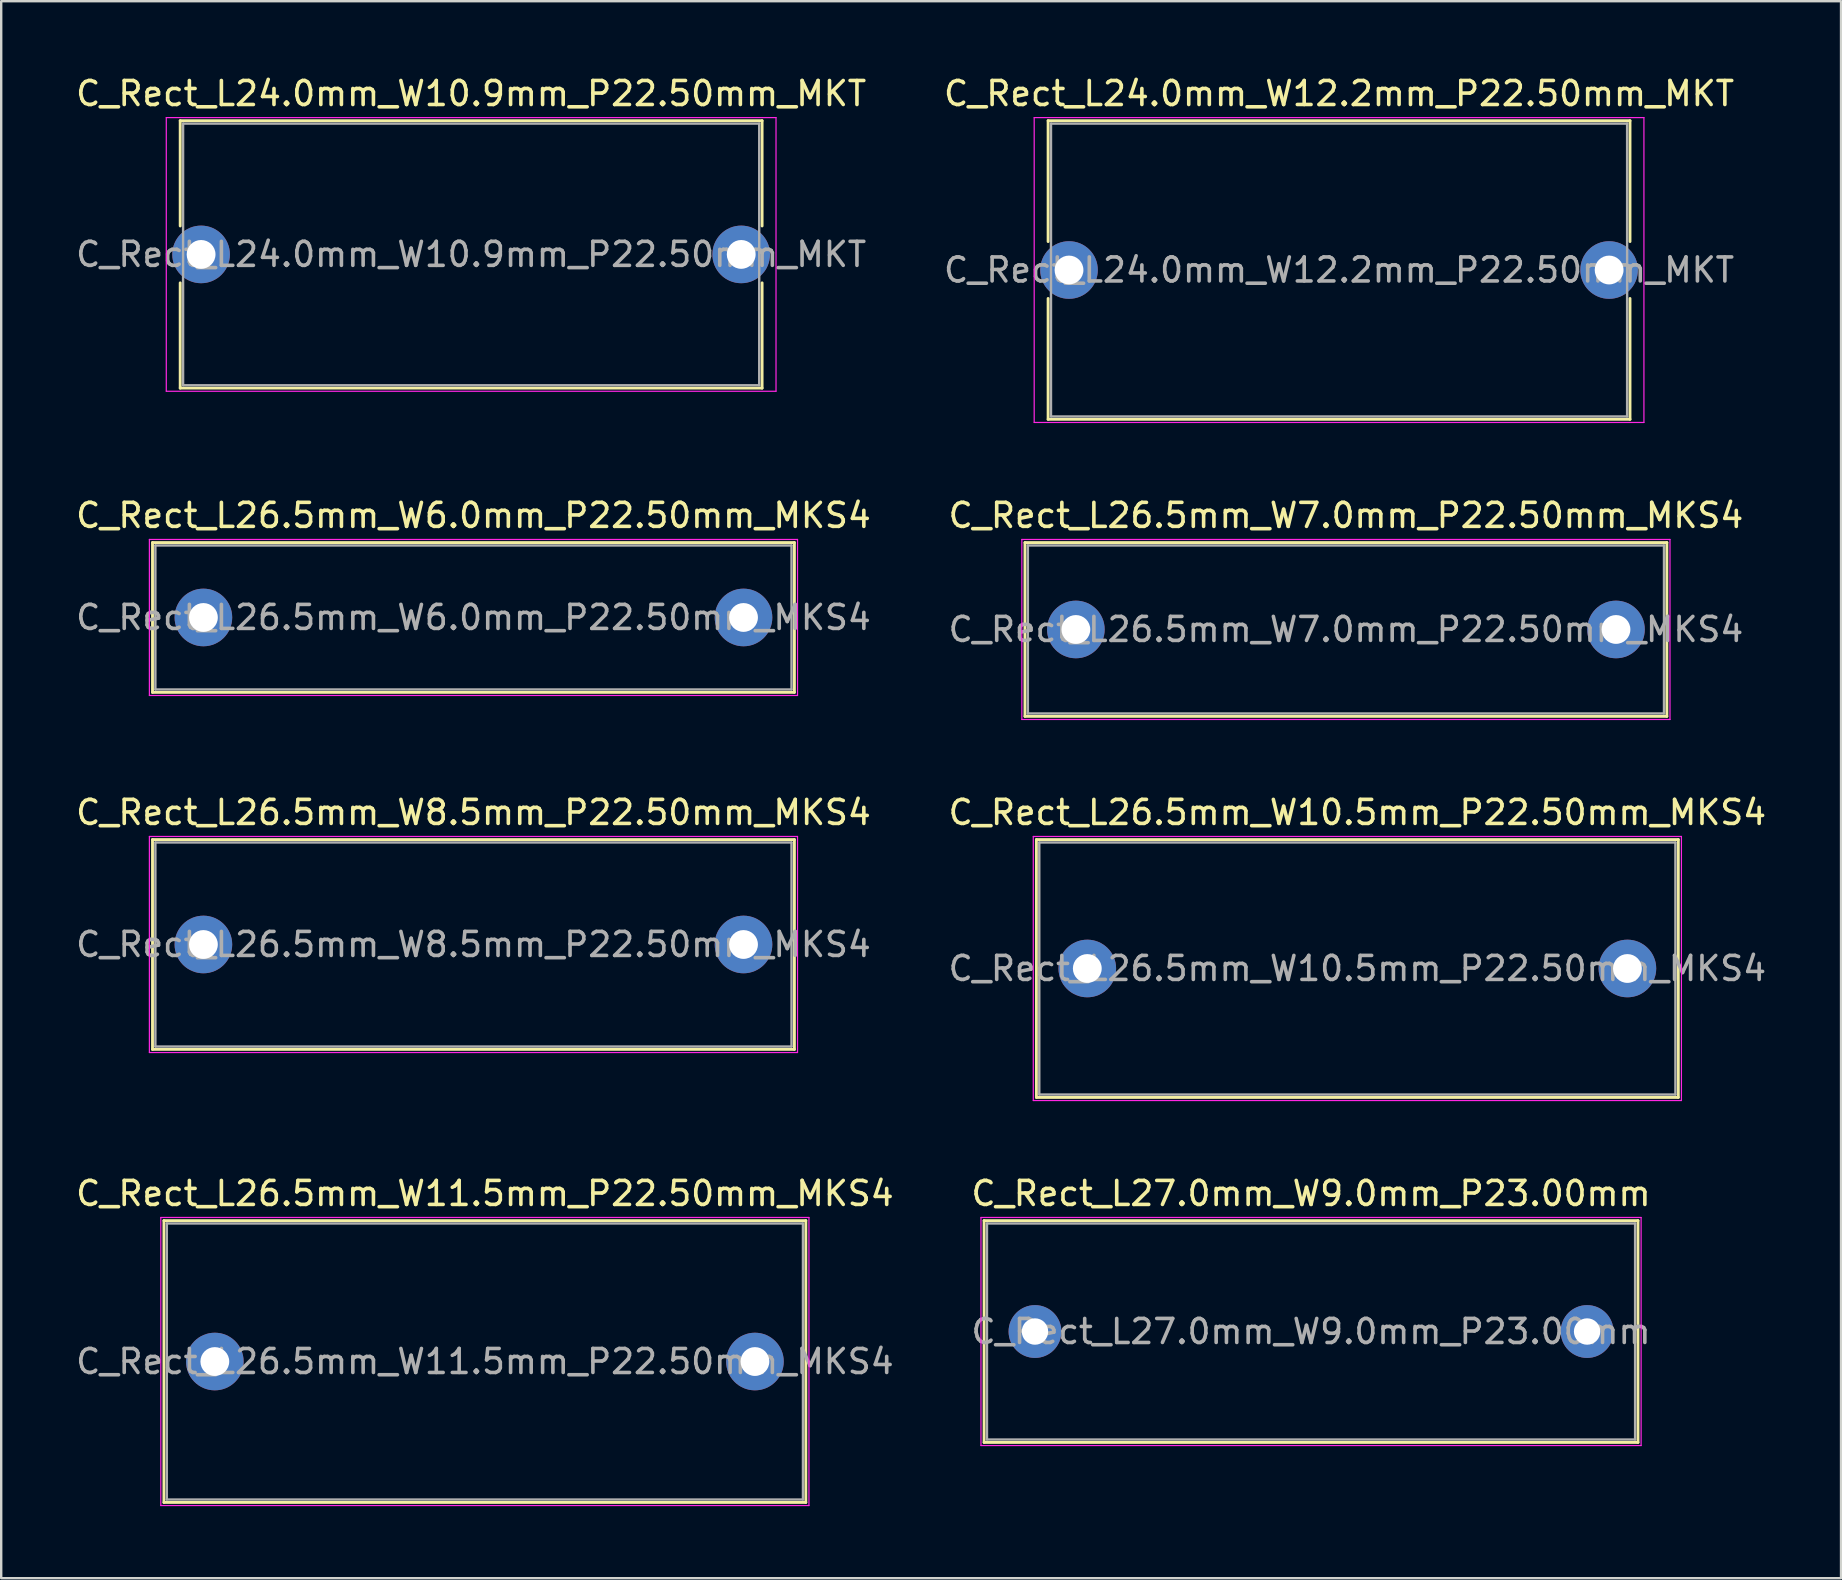
<source format=kicad_pcb>
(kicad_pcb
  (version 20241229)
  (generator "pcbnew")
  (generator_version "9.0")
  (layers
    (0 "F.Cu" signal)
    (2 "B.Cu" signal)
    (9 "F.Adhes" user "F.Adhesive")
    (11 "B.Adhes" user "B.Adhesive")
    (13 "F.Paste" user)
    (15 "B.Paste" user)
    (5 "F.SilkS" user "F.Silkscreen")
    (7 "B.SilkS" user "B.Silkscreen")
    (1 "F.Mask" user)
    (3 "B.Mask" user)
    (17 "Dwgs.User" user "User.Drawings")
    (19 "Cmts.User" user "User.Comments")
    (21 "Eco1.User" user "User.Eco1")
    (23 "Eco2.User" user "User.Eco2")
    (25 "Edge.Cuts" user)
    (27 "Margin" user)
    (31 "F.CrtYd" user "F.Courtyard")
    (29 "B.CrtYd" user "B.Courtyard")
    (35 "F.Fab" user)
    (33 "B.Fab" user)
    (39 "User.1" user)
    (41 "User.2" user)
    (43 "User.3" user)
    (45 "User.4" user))
  (footprint "C_Rect_L24.0mm_W12.2mm_P22.50mm_MKT"
    (layer "F.Cu")
    (at 41.482 8.198)
    (property "Reference" "C_Rect_L24.0mm_W12.2mm_P22.50mm_MKT" (at 11.25 -7.35 0) (layer "F.SilkS") (effects (font (size 1 1) (thickness 0.15))))
    (attr through_hole)
    (fp_line (start -0.87 -6.22) (end -0.87 -1.185) (stroke (width 0.12) (type solid)) (layer "F.SilkS"))
    (fp_line (start -0.87 -6.22) (end 23.37 -6.22) (stroke (width 0.12) (type solid)) (layer "F.SilkS"))
    (fp_line (start -0.87 1.185) (end -0.87 6.22) (stroke (width 0.12) (type solid)) (layer "F.SilkS"))
    (fp_line (start -0.87 6.22) (end 23.37 6.22) (stroke (width 0.12) (type solid)) (layer "F.SilkS"))
    (fp_line (start 23.37 -6.22) (end 23.37 -1.185) (stroke (width 0.12) (type solid)) (layer "F.SilkS"))
    (fp_line (start 23.37 1.185) (end 23.37 6.22) (stroke (width 0.12) (type solid)) (layer "F.SilkS"))
    (fp_line (start -1.45 -6.35) (end -1.45 6.35) (stroke (width 0.05) (type solid)) (layer "F.CrtYd"))
    (fp_line (start -1.45 6.35) (end 23.95 6.35) (stroke (width 0.05) (type solid)) (layer "F.CrtYd"))
    (fp_line (start 23.95 -6.35) (end -1.45 -6.35) (stroke (width 0.05) (type solid)) (layer "F.CrtYd"))
    (fp_line (start 23.95 6.35) (end 23.95 -6.35) (stroke (width 0.05) (type solid)) (layer "F.CrtYd"))
    (fp_line (start -0.75 -6.1) (end -0.75 6.1) (stroke (width 0.1) (type solid)) (layer "F.Fab"))
    (fp_line (start -0.75 6.1) (end 23.25 6.1) (stroke (width 0.1) (type solid)) (layer "F.Fab"))
    (fp_line (start 23.25 -6.1) (end -0.75 -6.1) (stroke (width 0.1) (type solid)) (layer "F.Fab"))
    (fp_line (start 23.25 6.1) (end 23.25 -6.1) (stroke (width 0.1) (type solid)) (layer "F.Fab"))
    (fp_text user "${REFERENCE}" (at 11.25 0 0) (layer "F.Fab") (effects (font (size 1 1) (thickness 0.15))))
    (pad "1" thru_hole circle (at 0 0) (size 2.4 2.4) (drill 1.2) (layers "*.Cu" "*.Mask"))
    (pad "2" thru_hole circle (at 22.5 0) (size 2.4 2.4) (drill 1.2) (layers "*.Cu" "*.Mask")))
  (footprint "C_Rect_L26.5mm_W11.5mm_P22.50mm_MKS4"
    (layer "F.Cu")
    (at 5.899 53.668)
    (property "Reference" "C_Rect_L26.5mm_W11.5mm_P22.50mm_MKS4" (at 11.25 -7 0) (layer "F.SilkS") (effects (font (size 1 1) (thickness 0.15))))
    (attr through_hole)
    (fp_line (start -2.12 -5.87) (end -2.12 5.87) (stroke (width 0.12) (type solid)) (layer "F.SilkS"))
    (fp_line (start -2.12 -5.87) (end 24.62 -5.87) (stroke (width 0.12) (type solid)) (layer "F.SilkS"))
    (fp_line (start -2.12 5.87) (end 24.62 5.87) (stroke (width 0.12) (type solid)) (layer "F.SilkS"))
    (fp_line (start 24.62 -5.87) (end 24.62 5.87) (stroke (width 0.12) (type solid)) (layer "F.SilkS"))
    (fp_line (start -2.25 -6) (end -2.25 6) (stroke (width 0.05) (type solid)) (layer "F.CrtYd"))
    (fp_line (start -2.25 6) (end 24.75 6) (stroke (width 0.05) (type solid)) (layer "F.CrtYd"))
    (fp_line (start 24.75 -6) (end -2.25 -6) (stroke (width 0.05) (type solid)) (layer "F.CrtYd"))
    (fp_line (start 24.75 6) (end 24.75 -6) (stroke (width 0.05) (type solid)) (layer "F.CrtYd"))
    (fp_line (start -2 -5.75) (end -2 5.75) (stroke (width 0.1) (type solid)) (layer "F.Fab"))
    (fp_line (start -2 5.75) (end 24.5 5.75) (stroke (width 0.1) (type solid)) (layer "F.Fab"))
    (fp_line (start 24.5 -5.75) (end -2 -5.75) (stroke (width 0.1) (type solid)) (layer "F.Fab"))
    (fp_line (start 24.5 5.75) (end 24.5 -5.75) (stroke (width 0.1) (type solid)) (layer "F.Fab"))
    (fp_text user "${REFERENCE}" (at 11.25 0 0) (layer "F.Fab") (effects (font (size 1 1) (thickness 0.15))))
    (pad "1" thru_hole circle (at 0 0) (size 2.4 2.4) (drill 1.2) (layers "*.Cu" "*.Mask"))
    (pad "2" thru_hole circle (at 22.5 0) (size 2.4 2.4) (drill 1.2) (layers "*.Cu" "*.Mask")))
  (footprint "C_Rect_L24.0mm_W10.9mm_P22.50mm_MKT"
    (layer "F.Cu")
    (at 5.327 7.548)
    (property "Reference" "C_Rect_L24.0mm_W10.9mm_P22.50mm_MKT" (at 11.25 -6.7 0) (layer "F.SilkS") (effects (font (size 1 1) (thickness 0.15))))
    (attr through_hole)
    (fp_line (start -0.87 -5.57) (end -0.87 -1.185) (stroke (width 0.12) (type solid)) (layer "F.SilkS"))
    (fp_line (start -0.87 -5.57) (end 23.37 -5.57) (stroke (width 0.12) (type solid)) (layer "F.SilkS"))
    (fp_line (start -0.87 1.185) (end -0.87 5.57) (stroke (width 0.12) (type solid)) (layer "F.SilkS"))
    (fp_line (start -0.87 5.57) (end 23.37 5.57) (stroke (width 0.12) (type solid)) (layer "F.SilkS"))
    (fp_line (start 23.37 -5.57) (end 23.37 -1.185) (stroke (width 0.12) (type solid)) (layer "F.SilkS"))
    (fp_line (start 23.37 1.185) (end 23.37 5.57) (stroke (width 0.12) (type solid)) (layer "F.SilkS"))
    (fp_line (start -1.45 -5.7) (end -1.45 5.7) (stroke (width 0.05) (type solid)) (layer "F.CrtYd"))
    (fp_line (start -1.45 5.7) (end 23.95 5.7) (stroke (width 0.05) (type solid)) (layer "F.CrtYd"))
    (fp_line (start 23.95 -5.7) (end -1.45 -5.7) (stroke (width 0.05) (type solid)) (layer "F.CrtYd"))
    (fp_line (start 23.95 5.7) (end 23.95 -5.7) (stroke (width 0.05) (type solid)) (layer "F.CrtYd"))
    (fp_line (start -0.75 -5.45) (end -0.75 5.45) (stroke (width 0.1) (type solid)) (layer "F.Fab"))
    (fp_line (start -0.75 5.45) (end 23.25 5.45) (stroke (width 0.1) (type solid)) (layer "F.Fab"))
    (fp_line (start 23.25 -5.45) (end -0.75 -5.45) (stroke (width 0.1) (type solid)) (layer "F.Fab"))
    (fp_line (start 23.25 5.45) (end 23.25 -5.45) (stroke (width 0.1) (type solid)) (layer "F.Fab"))
    (fp_text user "${REFERENCE}" (at 11.25 0 0) (layer "F.Fab") (effects (font (size 1 1) (thickness 0.15))))
    (pad "1" thru_hole circle (at 0 0) (size 2.4 2.4) (drill 1.2) (layers "*.Cu" "*.Mask"))
    (pad "2" thru_hole circle (at 22.5 0) (size 2.4 2.4) (drill 1.2) (layers "*.Cu" "*.Mask")))
  (footprint "C_Rect_L27.0mm_W9.0mm_P23.00mm"
    (layer "F.Cu")
    (at 40.065 52.418)
    (property "Reference" "C_Rect_L27.0mm_W9.0mm_P23.00mm" (at 11.5 -5.75 0) (layer "F.SilkS") (effects (font (size 1 1) (thickness 0.15))))
    (attr through_hole)
    (fp_line (start -2.12 -4.62) (end -2.12 4.62) (stroke (width 0.12) (type solid)) (layer "F.SilkS"))
    (fp_line (start -2.12 -4.62) (end 25.12 -4.62) (stroke (width 0.12) (type solid)) (layer "F.SilkS"))
    (fp_line (start -2.12 4.62) (end 25.12 4.62) (stroke (width 0.12) (type solid)) (layer "F.SilkS"))
    (fp_line (start 25.12 -4.62) (end 25.12 4.62) (stroke (width 0.12) (type solid)) (layer "F.SilkS"))
    (fp_line (start -2.25 -4.75) (end -2.25 4.75) (stroke (width 0.05) (type solid)) (layer "F.CrtYd"))
    (fp_line (start -2.25 4.75) (end 25.25 4.75) (stroke (width 0.05) (type solid)) (layer "F.CrtYd"))
    (fp_line (start 25.25 -4.75) (end -2.25 -4.75) (stroke (width 0.05) (type solid)) (layer "F.CrtYd"))
    (fp_line (start 25.25 4.75) (end 25.25 -4.75) (stroke (width 0.05) (type solid)) (layer "F.CrtYd"))
    (fp_line (start -2 -4.5) (end -2 4.5) (stroke (width 0.1) (type solid)) (layer "F.Fab"))
    (fp_line (start -2 4.5) (end 25 4.5) (stroke (width 0.1) (type solid)) (layer "F.Fab"))
    (fp_line (start 25 -4.5) (end -2 -4.5) (stroke (width 0.1) (type solid)) (layer "F.Fab"))
    (fp_line (start 25 4.5) (end 25 -4.5) (stroke (width 0.1) (type solid)) (layer "F.Fab"))
    (fp_text user "${REFERENCE}" (at 11.5 0 0) (layer "F.Fab") (effects (font (size 1 1) (thickness 0.15))))
    (pad "1" thru_hole circle (at 0 0) (size 2.2 2.2) (drill 1.1) (layers "*.Cu" "*.Mask"))
    (pad "2" thru_hole circle (at 23 0) (size 2.2 2.2) (drill 1.1) (layers "*.Cu" "*.Mask")))
  (footprint "C_Rect_L26.5mm_W10.5mm_P22.50mm_MKS4"
    (layer "F.Cu")
    (at 42.244 37.295)
    (property "Reference" "C_Rect_L26.5mm_W10.5mm_P22.50mm_MKS4" (at 11.25 -6.5 0) (layer "F.SilkS") (effects (font (size 1 1) (thickness 0.15))))
    (attr through_hole)
    (fp_line (start -2.12 -5.37) (end -2.12 5.37) (stroke (width 0.12) (type solid)) (layer "F.SilkS"))
    (fp_line (start -2.12 -5.37) (end 24.62 -5.37) (stroke (width 0.12) (type solid)) (layer "F.SilkS"))
    (fp_line (start -2.12 5.37) (end 24.62 5.37) (stroke (width 0.12) (type solid)) (layer "F.SilkS"))
    (fp_line (start 24.62 -5.37) (end 24.62 5.37) (stroke (width 0.12) (type solid)) (layer "F.SilkS"))
    (fp_line (start -2.25 -5.5) (end -2.25 5.5) (stroke (width 0.05) (type solid)) (layer "F.CrtYd"))
    (fp_line (start -2.25 5.5) (end 24.75 5.5) (stroke (width 0.05) (type solid)) (layer "F.CrtYd"))
    (fp_line (start 24.75 -5.5) (end -2.25 -5.5) (stroke (width 0.05) (type solid)) (layer "F.CrtYd"))
    (fp_line (start 24.75 5.5) (end 24.75 -5.5) (stroke (width 0.05) (type solid)) (layer "F.CrtYd"))
    (fp_line (start -2 -5.25) (end -2 5.25) (stroke (width 0.1) (type solid)) (layer "F.Fab"))
    (fp_line (start -2 5.25) (end 24.5 5.25) (stroke (width 0.1) (type solid)) (layer "F.Fab"))
    (fp_line (start 24.5 -5.25) (end -2 -5.25) (stroke (width 0.1) (type solid)) (layer "F.Fab"))
    (fp_line (start 24.5 5.25) (end 24.5 -5.25) (stroke (width 0.1) (type solid)) (layer "F.Fab"))
    (fp_text user "${REFERENCE}" (at 11.25 0 0) (layer "F.Fab") (effects (font (size 1 1) (thickness 0.15))))
    (pad "1" thru_hole circle (at 0 0) (size 2.4 2.4) (drill 1.2) (layers "*.Cu" "*.Mask"))
    (pad "2" thru_hole circle (at 22.5 0) (size 2.4 2.4) (drill 1.2) (layers "*.Cu" "*.Mask")))
  (footprint "C_Rect_L26.5mm_W8.5mm_P22.50mm_MKS4"
    (layer "F.Cu")
    (at 5.423 36.295)
    (property "Reference" "C_Rect_L26.5mm_W8.5mm_P22.50mm_MKS4" (at 11.25 -5.5 0) (layer "F.SilkS") (effects (font (size 1 1) (thickness 0.15))))
    (attr through_hole)
    (fp_line (start -2.12 -4.37) (end -2.12 4.37) (stroke (width 0.12) (type solid)) (layer "F.SilkS"))
    (fp_line (start -2.12 -4.37) (end 24.62 -4.37) (stroke (width 0.12) (type solid)) (layer "F.SilkS"))
    (fp_line (start -2.12 4.37) (end 24.62 4.37) (stroke (width 0.12) (type solid)) (layer "F.SilkS"))
    (fp_line (start 24.62 -4.37) (end 24.62 4.37) (stroke (width 0.12) (type solid)) (layer "F.SilkS"))
    (fp_line (start -2.25 -4.5) (end -2.25 4.5) (stroke (width 0.05) (type solid)) (layer "F.CrtYd"))
    (fp_line (start -2.25 4.5) (end 24.75 4.5) (stroke (width 0.05) (type solid)) (layer "F.CrtYd"))
    (fp_line (start 24.75 -4.5) (end -2.25 -4.5) (stroke (width 0.05) (type solid)) (layer "F.CrtYd"))
    (fp_line (start 24.75 4.5) (end 24.75 -4.5) (stroke (width 0.05) (type solid)) (layer "F.CrtYd"))
    (fp_line (start -2 -4.25) (end -2 4.25) (stroke (width 0.1) (type solid)) (layer "F.Fab"))
    (fp_line (start -2 4.25) (end 24.5 4.25) (stroke (width 0.1) (type solid)) (layer "F.Fab"))
    (fp_line (start 24.5 -4.25) (end -2 -4.25) (stroke (width 0.1) (type solid)) (layer "F.Fab"))
    (fp_line (start 24.5 4.25) (end 24.5 -4.25) (stroke (width 0.1) (type solid)) (layer "F.Fab"))
    (fp_text user "${REFERENCE}" (at 11.25 0 0) (layer "F.Fab") (effects (font (size 1 1) (thickness 0.15))))
    (pad "1" thru_hole circle (at 0 0) (size 2.4 2.4) (drill 1.2) (layers "*.Cu" "*.Mask"))
    (pad "2" thru_hole circle (at 22.5 0) (size 2.4 2.4) (drill 1.2) (layers "*.Cu" "*.Mask")))
  (footprint "C_Rect_L26.5mm_W6.0mm_P22.50mm_MKS4"
    (layer "F.Cu")
    (at 5.423 22.672)
    (property "Reference" "C_Rect_L26.5mm_W6.0mm_P22.50mm_MKS4" (at 11.25 -4.25 0) (layer "F.SilkS") (effects (font (size 1 1) (thickness 0.15))))
    (attr through_hole)
    (fp_line (start -2.12 -3.12) (end -2.12 3.12) (stroke (width 0.12) (type solid)) (layer "F.SilkS"))
    (fp_line (start -2.12 -3.12) (end 24.62 -3.12) (stroke (width 0.12) (type solid)) (layer "F.SilkS"))
    (fp_line (start -2.12 3.12) (end 24.62 3.12) (stroke (width 0.12) (type solid)) (layer "F.SilkS"))
    (fp_line (start 24.62 -3.12) (end 24.62 3.12) (stroke (width 0.12) (type solid)) (layer "F.SilkS"))
    (fp_line (start -2.25 -3.25) (end -2.25 3.25) (stroke (width 0.05) (type solid)) (layer "F.CrtYd"))
    (fp_line (start -2.25 3.25) (end 24.75 3.25) (stroke (width 0.05) (type solid)) (layer "F.CrtYd"))
    (fp_line (start 24.75 -3.25) (end -2.25 -3.25) (stroke (width 0.05) (type solid)) (layer "F.CrtYd"))
    (fp_line (start 24.75 3.25) (end 24.75 -3.25) (stroke (width 0.05) (type solid)) (layer "F.CrtYd"))
    (fp_line (start -2 -3) (end -2 3) (stroke (width 0.1) (type solid)) (layer "F.Fab"))
    (fp_line (start -2 3) (end 24.5 3) (stroke (width 0.1) (type solid)) (layer "F.Fab"))
    (fp_line (start 24.5 -3) (end -2 -3) (stroke (width 0.1) (type solid)) (layer "F.Fab"))
    (fp_line (start 24.5 3) (end 24.5 -3) (stroke (width 0.1) (type solid)) (layer "F.Fab"))
    (fp_text user "${REFERENCE}" (at 11.25 0 0) (layer "F.Fab") (effects (font (size 1 1) (thickness 0.15))))
    (pad "1" thru_hole circle (at 0 0) (size 2.4 2.4) (drill 1.2) (layers "*.Cu" "*.Mask"))
    (pad "2" thru_hole circle (at 22.5 0) (size 2.4 2.4) (drill 1.2) (layers "*.Cu" "*.Mask")))
  (footprint "C_Rect_L26.5mm_W7.0mm_P22.50mm_MKS4"
    (layer "F.Cu")
    (at 41.768 23.172)
    (property "Reference" "C_Rect_L26.5mm_W7.0mm_P22.50mm_MKS4" (at 11.25 -4.75 0) (layer "F.SilkS") (effects (font (size 1 1) (thickness 0.15))))
    (attr through_hole)
    (fp_line (start -2.12 -3.62) (end -2.12 3.62) (stroke (width 0.12) (type solid)) (layer "F.SilkS"))
    (fp_line (start -2.12 -3.62) (end 24.62 -3.62) (stroke (width 0.12) (type solid)) (layer "F.SilkS"))
    (fp_line (start -2.12 3.62) (end 24.62 3.62) (stroke (width 0.12) (type solid)) (layer "F.SilkS"))
    (fp_line (start 24.62 -3.62) (end 24.62 3.62) (stroke (width 0.12) (type solid)) (layer "F.SilkS"))
    (fp_line (start -2.25 -3.75) (end -2.25 3.75) (stroke (width 0.05) (type solid)) (layer "F.CrtYd"))
    (fp_line (start -2.25 3.75) (end 24.75 3.75) (stroke (width 0.05) (type solid)) (layer "F.CrtYd"))
    (fp_line (start 24.75 -3.75) (end -2.25 -3.75) (stroke (width 0.05) (type solid)) (layer "F.CrtYd"))
    (fp_line (start 24.75 3.75) (end 24.75 -3.75) (stroke (width 0.05) (type solid)) (layer "F.CrtYd"))
    (fp_line (start -2 -3.5) (end -2 3.5) (stroke (width 0.1) (type solid)) (layer "F.Fab"))
    (fp_line (start -2 3.5) (end 24.5 3.5) (stroke (width 0.1) (type solid)) (layer "F.Fab"))
    (fp_line (start 24.5 -3.5) (end -2 -3.5) (stroke (width 0.1) (type solid)) (layer "F.Fab"))
    (fp_line (start 24.5 3.5) (end 24.5 -3.5) (stroke (width 0.1) (type solid)) (layer "F.Fab"))
    (fp_text user "${REFERENCE}" (at 11.25 0 0) (layer "F.Fab") (effects (font (size 1 1) (thickness 0.15))))
    (pad "1" thru_hole circle (at 0 0) (size 2.4 2.4) (drill 1.2) (layers "*.Cu" "*.Mask"))
    (pad "2" thru_hole circle (at 22.5 0) (size 2.4 2.4) (drill 1.2) (layers "*.Cu" "*.Mask")))
  (gr_rect
    (start -3 -3)
    (end 73.643 62.693)
    (stroke (width 0.1) (type default))
    (fill no)
    (layer "Edge.Cuts")))
</source>
